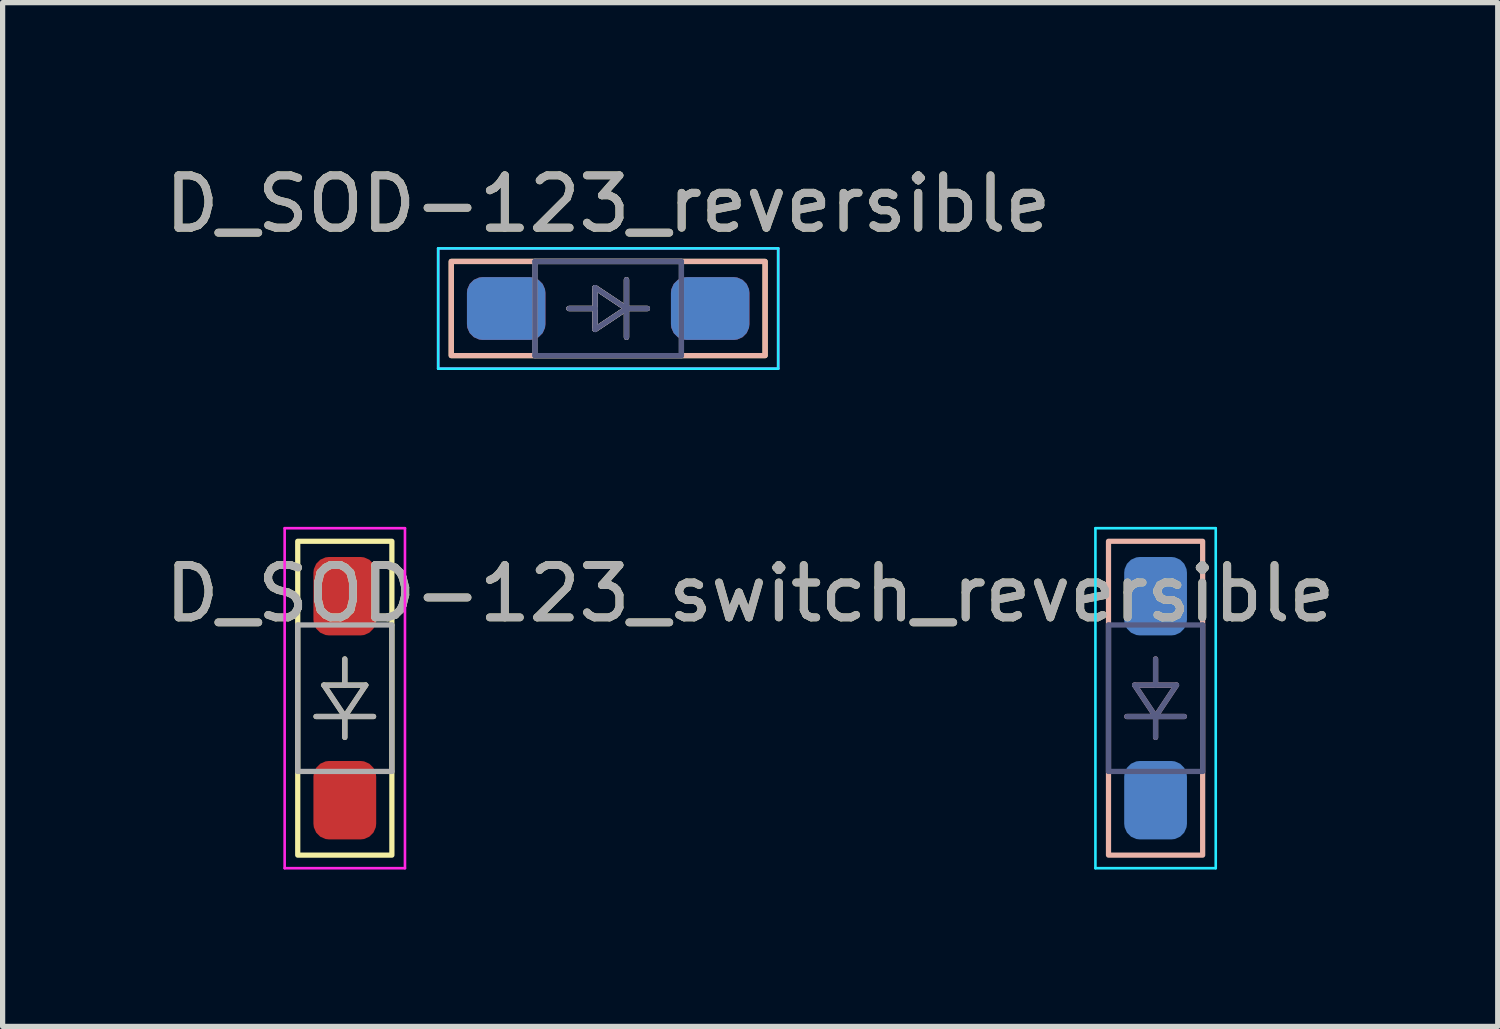
<source format=kicad_pcb>
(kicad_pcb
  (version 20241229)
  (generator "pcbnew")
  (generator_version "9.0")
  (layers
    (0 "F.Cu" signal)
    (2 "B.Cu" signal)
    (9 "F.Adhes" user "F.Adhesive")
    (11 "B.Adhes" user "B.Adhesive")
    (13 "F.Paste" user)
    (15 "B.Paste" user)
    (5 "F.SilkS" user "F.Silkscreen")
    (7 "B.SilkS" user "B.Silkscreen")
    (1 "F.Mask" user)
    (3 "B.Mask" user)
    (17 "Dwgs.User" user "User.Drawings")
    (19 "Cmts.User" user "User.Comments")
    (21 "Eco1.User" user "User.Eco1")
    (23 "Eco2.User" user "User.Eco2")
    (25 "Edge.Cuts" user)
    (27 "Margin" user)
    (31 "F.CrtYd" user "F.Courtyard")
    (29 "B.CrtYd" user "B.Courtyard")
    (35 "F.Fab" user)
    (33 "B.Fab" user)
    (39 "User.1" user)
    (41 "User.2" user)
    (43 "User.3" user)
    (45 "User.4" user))
  (footprint "D_SOD-123_reversible"
    (layer "F.Cu")
    (at 8.577 2.848)
    (property "Reference" "D_SOD-123_reversible" (at 0 -2 0) (layer "F.SilkS") (effects (font (size 1 1) (thickness 0.15))))
    (attr smd)
    (fp_line (start -0.75 0) (end -0.25 0) (stroke (width 0.1) (type default)) (layer "F.SilkS"))
    (fp_line (start -0.25 -0.4) (end 0.35 0) (stroke (width 0.1) (type default)) (layer "F.SilkS"))
    (fp_line (start -0.25 0.4) (end -0.25 -0.4) (stroke (width 0.1) (type default)) (layer "F.SilkS"))
    (fp_line (start 0.35 0) (end -0.25 0.4) (stroke (width 0.1) (type default)) (layer "F.SilkS"))
    (fp_line (start 0.35 0.55) (end 0.35 -0.55) (stroke (width 0.1) (type default)) (layer "F.SilkS"))
    (fp_line (start 0.75 0) (end 0.35 0) (stroke (width 0.1) (type default)) (layer "F.SilkS"))
    (fp_rect (start -3 0.9) (end 3 -0.9) (stroke (width 0.1) (type default)) (fill no) (layer "F.SilkS"))
    (fp_line (start -0.75 0) (end -0.25 0) (stroke (width 0.1) (type default)) (layer "B.SilkS"))
    (fp_line (start -0.25 -0.4) (end -0.25 0.4) (stroke (width 0.1) (type default)) (layer "B.SilkS"))
    (fp_line (start -0.25 0.4) (end 0.35 0) (stroke (width 0.1) (type default)) (layer "B.SilkS"))
    (fp_line (start 0.35 -0.55) (end 0.35 0.55) (stroke (width 0.1) (type default)) (layer "B.SilkS"))
    (fp_line (start 0.35 0) (end -0.25 -0.4) (stroke (width 0.1) (type default)) (layer "B.SilkS"))
    (fp_line (start 0.75 0) (end 0.35 0) (stroke (width 0.1) (type default)) (layer "B.SilkS"))
    (fp_rect (start -3 -0.9) (end 3 0.9) (stroke (width 0.1) (type default)) (fill no) (layer "B.SilkS"))
    (fp_line (start -3.25 -1.15) (end -3.25 1.15) (stroke (width 0.05) (type solid)) (layer "B.CrtYd"))
    (fp_line (start -3.25 1.15) (end 3.25 1.15) (stroke (width 0.05) (type solid)) (layer "B.CrtYd"))
    (fp_line (start 3.25 -1.15) (end -3.25 -1.15) (stroke (width 0.05) (type solid)) (layer "B.CrtYd"))
    (fp_line (start 3.25 -1.15) (end 3.25 1.15) (stroke (width 0.05) (type solid)) (layer "B.CrtYd"))
    (fp_line (start -3.25 -1.15) (end 3.25 -1.15) (stroke (width 0.05) (type solid)) (layer "F.CrtYd"))
    (fp_line (start -3.25 1.15) (end -3.25 -1.15) (stroke (width 0.05) (type solid)) (layer "F.CrtYd"))
    (fp_line (start 3.25 1.15) (end -3.25 1.15) (stroke (width 0.05) (type solid)) (layer "F.CrtYd"))
    (fp_line (start 3.25 1.15) (end 3.25 -1.15) (stroke (width 0.05) (type solid)) (layer "F.CrtYd"))
    (fp_line (start -1.4 -0.9) (end -1.4 0.9) (stroke (width 0.1) (type solid)) (layer "B.Fab"))
    (fp_line (start -1.4 0.9) (end 1.4 0.9) (stroke (width 0.1) (type solid)) (layer "B.Fab"))
    (fp_line (start -0.25 -0.4) (end -0.25 0.4) (stroke (width 0.1) (type solid)) (layer "B.Fab"))
    (fp_line (start -0.25 0) (end -0.75 0) (stroke (width 0.1) (type solid)) (layer "B.Fab"))
    (fp_line (start -0.25 0.4) (end 0.35 0) (stroke (width 0.1) (type solid)) (layer "B.Fab"))
    (fp_line (start 0.35 0) (end -0.25 -0.4) (stroke (width 0.1) (type solid)) (layer "B.Fab"))
    (fp_line (start 0.35 0) (end 0.35 -0.55) (stroke (width 0.1) (type solid)) (layer "B.Fab"))
    (fp_line (start 0.35 0) (end 0.35 0.55) (stroke (width 0.1) (type solid)) (layer "B.Fab"))
    (fp_line (start 0.75 0) (end 0.35 0) (stroke (width 0.1) (type solid)) (layer "B.Fab"))
    (fp_line (start 1.4 -0.9) (end -1.4 -0.9) (stroke (width 0.1) (type solid)) (layer "B.Fab"))
    (fp_line (start 1.4 0.9) (end 1.4 -0.9) (stroke (width 0.1) (type solid)) (layer "B.Fab"))
    (fp_line (start -1.4 -0.9) (end 1.4 -0.9) (stroke (width 0.1) (type solid)) (layer "F.Fab"))
    (fp_line (start -1.4 0.9) (end -1.4 -0.9) (stroke (width 0.1) (type solid)) (layer "F.Fab"))
    (fp_line (start -0.25 -0.4) (end 0.35 0) (stroke (width 0.1) (type solid)) (layer "F.Fab"))
    (fp_line (start -0.25 0) (end -0.75 0) (stroke (width 0.1) (type solid)) (layer "F.Fab"))
    (fp_line (start -0.25 0.4) (end -0.25 -0.4) (stroke (width 0.1) (type solid)) (layer "F.Fab"))
    (fp_line (start 0.35 0) (end -0.25 0.4) (stroke (width 0.1) (type solid)) (layer "F.Fab"))
    (fp_line (start 0.35 0) (end 0.35 -0.55) (stroke (width 0.1) (type solid)) (layer "F.Fab"))
    (fp_line (start 0.35 0) (end 0.35 0.55) (stroke (width 0.1) (type solid)) (layer "F.Fab"))
    (fp_line (start 0.75 0) (end 0.35 0) (stroke (width 0.1) (type solid)) (layer "F.Fab"))
    (fp_line (start 1.4 -0.9) (end 1.4 0.9) (stroke (width 0.1) (type solid)) (layer "F.Fab"))
    (fp_line (start 1.4 0.9) (end -1.4 0.9) (stroke (width 0.1) (type solid)) (layer "F.Fab"))
    (fp_text user "${REFERENCE}" (at 0 -2 0) (layer "F.Fab") (effects (font (size 1 1) (thickness 0.15))))
    (pad "1" smd roundrect (at 1.95 0 180) (size 1.5 1.2) (layers "F.Cu" "F.Mask" "F.Paste") (roundrect_rratio 0.25))
    (pad "1" smd roundrect (at 1.95 0) (size 1.5 1.2) (layers "B.Cu" "B.Mask" "B.Paste") (roundrect_rratio 0.25))
    (pad "2" smd roundrect (at -1.95 0 180) (size 1.5 1.2) (layers "F.Cu" "F.Mask" "F.Paste") (roundrect_rratio 0.25))
    (pad "2" smd roundrect (at -1.95 0) (size 1.5 1.2) (layers "B.Cu" "B.Mask" "B.Paste") (roundrect_rratio 0.25)))
  (footprint "D_SOD-123_switch_reversible"
    (layer "F.Cu")
    (at 11.292 10.298)
    (property "Reference" "D_SOD-123_switch_reversible" (at 0 -2 0) (layer "F.SilkS") (effects (font (size 1 1) (thickness 0.15))))
    (attr smd)
    (fp_line (start -8.3 0.35) (end -7.2 0.35) (stroke (width 0.1) (type default)) (layer "F.SilkS"))
    (fp_line (start -8.15 -0.25) (end -7.35 -0.25) (stroke (width 0.1) (type default)) (layer "F.SilkS"))
    (fp_line (start -7.75 -0.75) (end -7.75 -0.25) (stroke (width 0.1) (type default)) (layer "F.SilkS"))
    (fp_line (start -7.75 0.35) (end -8.15 -0.25) (stroke (width 0.1) (type default)) (layer "F.SilkS"))
    (fp_line (start -7.75 0.75) (end -7.75 0.35) (stroke (width 0.1) (type default)) (layer "F.SilkS"))
    (fp_line (start -7.35 -0.25) (end -7.75 0.35) (stroke (width 0.1) (type default)) (layer "F.SilkS"))
    (fp_rect (start -8.65 -3) (end -6.85 3) (stroke (width 0.1) (type default)) (fill no) (layer "F.SilkS"))
    (fp_line (start 7.35 -0.25) (end 7.75 0.35) (stroke (width 0.1) (type default)) (layer "B.SilkS"))
    (fp_line (start 7.75 -0.75) (end 7.75 -0.25) (stroke (width 0.1) (type default)) (layer "B.SilkS"))
    (fp_line (start 7.75 0.35) (end 8.15 -0.25) (stroke (width 0.1) (type default)) (layer "B.SilkS"))
    (fp_line (start 7.75 0.75) (end 7.75 0.35) (stroke (width 0.1) (type default)) (layer "B.SilkS"))
    (fp_line (start 8.15 -0.25) (end 7.35 -0.25) (stroke (width 0.1) (type default)) (layer "B.SilkS"))
    (fp_line (start 8.3 0.35) (end 7.2 0.35) (stroke (width 0.1) (type default)) (layer "B.SilkS"))
    (fp_rect (start 8.65 -3) (end 6.85 3) (stroke (width 0.1) (type default)) (fill no) (layer "B.SilkS"))
    (fp_line (start 6.6 -3.25) (end 6.6 3.25) (stroke (width 0.05) (type solid)) (layer "B.CrtYd"))
    (fp_line (start 8.9 -3.25) (end 6.6 -3.25) (stroke (width 0.05) (type solid)) (layer "B.CrtYd"))
    (fp_line (start 8.9 3.25) (end 6.6 3.25) (stroke (width 0.05) (type solid)) (layer "B.CrtYd"))
    (fp_line (start 8.9 3.25) (end 8.9 -3.25) (stroke (width 0.05) (type solid)) (layer "B.CrtYd"))
    (fp_line (start -8.9 -3.25) (end -6.6 -3.25) (stroke (width 0.05) (type solid)) (layer "F.CrtYd"))
    (fp_line (start -8.9 3.25) (end -8.9 -3.25) (stroke (width 0.05) (type solid)) (layer "F.CrtYd"))
    (fp_line (start -8.9 3.25) (end -6.6 3.25) (stroke (width 0.05) (type solid)) (layer "F.CrtYd"))
    (fp_line (start -6.6 -3.25) (end -6.6 3.25) (stroke (width 0.05) (type solid)) (layer "F.CrtYd"))
    (fp_line (start 6.85 -1.4) (end 6.85 1.4) (stroke (width 0.1) (type solid)) (layer "B.Fab"))
    (fp_line (start 6.85 1.4) (end 8.65 1.4) (stroke (width 0.1) (type solid)) (layer "B.Fab"))
    (fp_line (start 7.35 -0.25) (end 7.75 0.35) (stroke (width 0.1) (type solid)) (layer "B.Fab"))
    (fp_line (start 7.75 -0.25) (end 7.75 -0.75) (stroke (width 0.1) (type solid)) (layer "B.Fab"))
    (fp_line (start 7.75 0.35) (end 7.2 0.35) (stroke (width 0.1) (type solid)) (layer "B.Fab"))
    (fp_line (start 7.75 0.35) (end 8.15 -0.25) (stroke (width 0.1) (type solid)) (layer "B.Fab"))
    (fp_line (start 7.75 0.35) (end 8.3 0.35) (stroke (width 0.1) (type solid)) (layer "B.Fab"))
    (fp_line (start 7.75 0.75) (end 7.75 0.35) (stroke (width 0.1) (type solid)) (layer "B.Fab"))
    (fp_line (start 8.15 -0.25) (end 7.35 -0.25) (stroke (width 0.1) (type solid)) (layer "B.Fab"))
    (fp_line (start 8.65 -1.4) (end 6.85 -1.4) (stroke (width 0.1) (type solid)) (layer "B.Fab"))
    (fp_line (start 8.65 1.4) (end 8.65 -1.4) (stroke (width 0.1) (type solid)) (layer "B.Fab"))
    (fp_line (start -8.65 -1.4) (end -6.85 -1.4) (stroke (width 0.1) (type solid)) (layer "F.Fab"))
    (fp_line (start -8.65 1.4) (end -8.65 -1.4) (stroke (width 0.1) (type solid)) (layer "F.Fab"))
    (fp_line (start -8.15 -0.25) (end -7.35 -0.25) (stroke (width 0.1) (type solid)) (layer "F.Fab"))
    (fp_line (start -7.75 -0.25) (end -7.75 -0.75) (stroke (width 0.1) (type solid)) (layer "F.Fab"))
    (fp_line (start -7.75 0.35) (end -8.3 0.35) (stroke (width 0.1) (type solid)) (layer "F.Fab"))
    (fp_line (start -7.75 0.35) (end -8.15 -0.25) (stroke (width 0.1) (type solid)) (layer "F.Fab"))
    (fp_line (start -7.75 0.35) (end -7.2 0.35) (stroke (width 0.1) (type solid)) (layer "F.Fab"))
    (fp_line (start -7.75 0.75) (end -7.75 0.35) (stroke (width 0.1) (type solid)) (layer "F.Fab"))
    (fp_line (start -7.35 -0.25) (end -7.75 0.35) (stroke (width 0.1) (type solid)) (layer "F.Fab"))
    (fp_line (start -6.85 -1.4) (end -6.85 1.4) (stroke (width 0.1) (type solid)) (layer "F.Fab"))
    (fp_line (start -6.85 1.4) (end -8.65 1.4) (stroke (width 0.1) (type solid)) (layer "F.Fab"))
    (fp_text user "${REFERENCE}" (at 0 -2 0) (layer "F.Fab") (effects (font (size 1 1) (thickness 0.15))))
    (pad "1" smd roundrect (at -7.75 1.95 90) (size 1.5 1.2) (layers "F.Cu" "F.Mask" "F.Paste") (roundrect_rratio 0.25))
    (pad "1" smd roundrect (at 7.75 1.95 270) (size 1.5 1.2) (layers "B.Cu" "B.Mask" "B.Paste") (roundrect_rratio 0.25))
    (pad "2" smd roundrect (at -7.75 -1.95 90) (size 1.5 1.2) (layers "F.Cu" "F.Mask" "F.Paste") (roundrect_rratio 0.25))
    (pad "2" smd roundrect (at 7.75 -1.95 270) (size 1.5 1.2) (layers "B.Cu" "B.Mask" "B.Paste") (roundrect_rratio 0.25)))
  (gr_rect
    (start -3 -3)
    (end 25.583 16.573)
    (stroke (width 0.1) (type default))
    (fill no)
    (layer "Edge.Cuts")))
</source>
